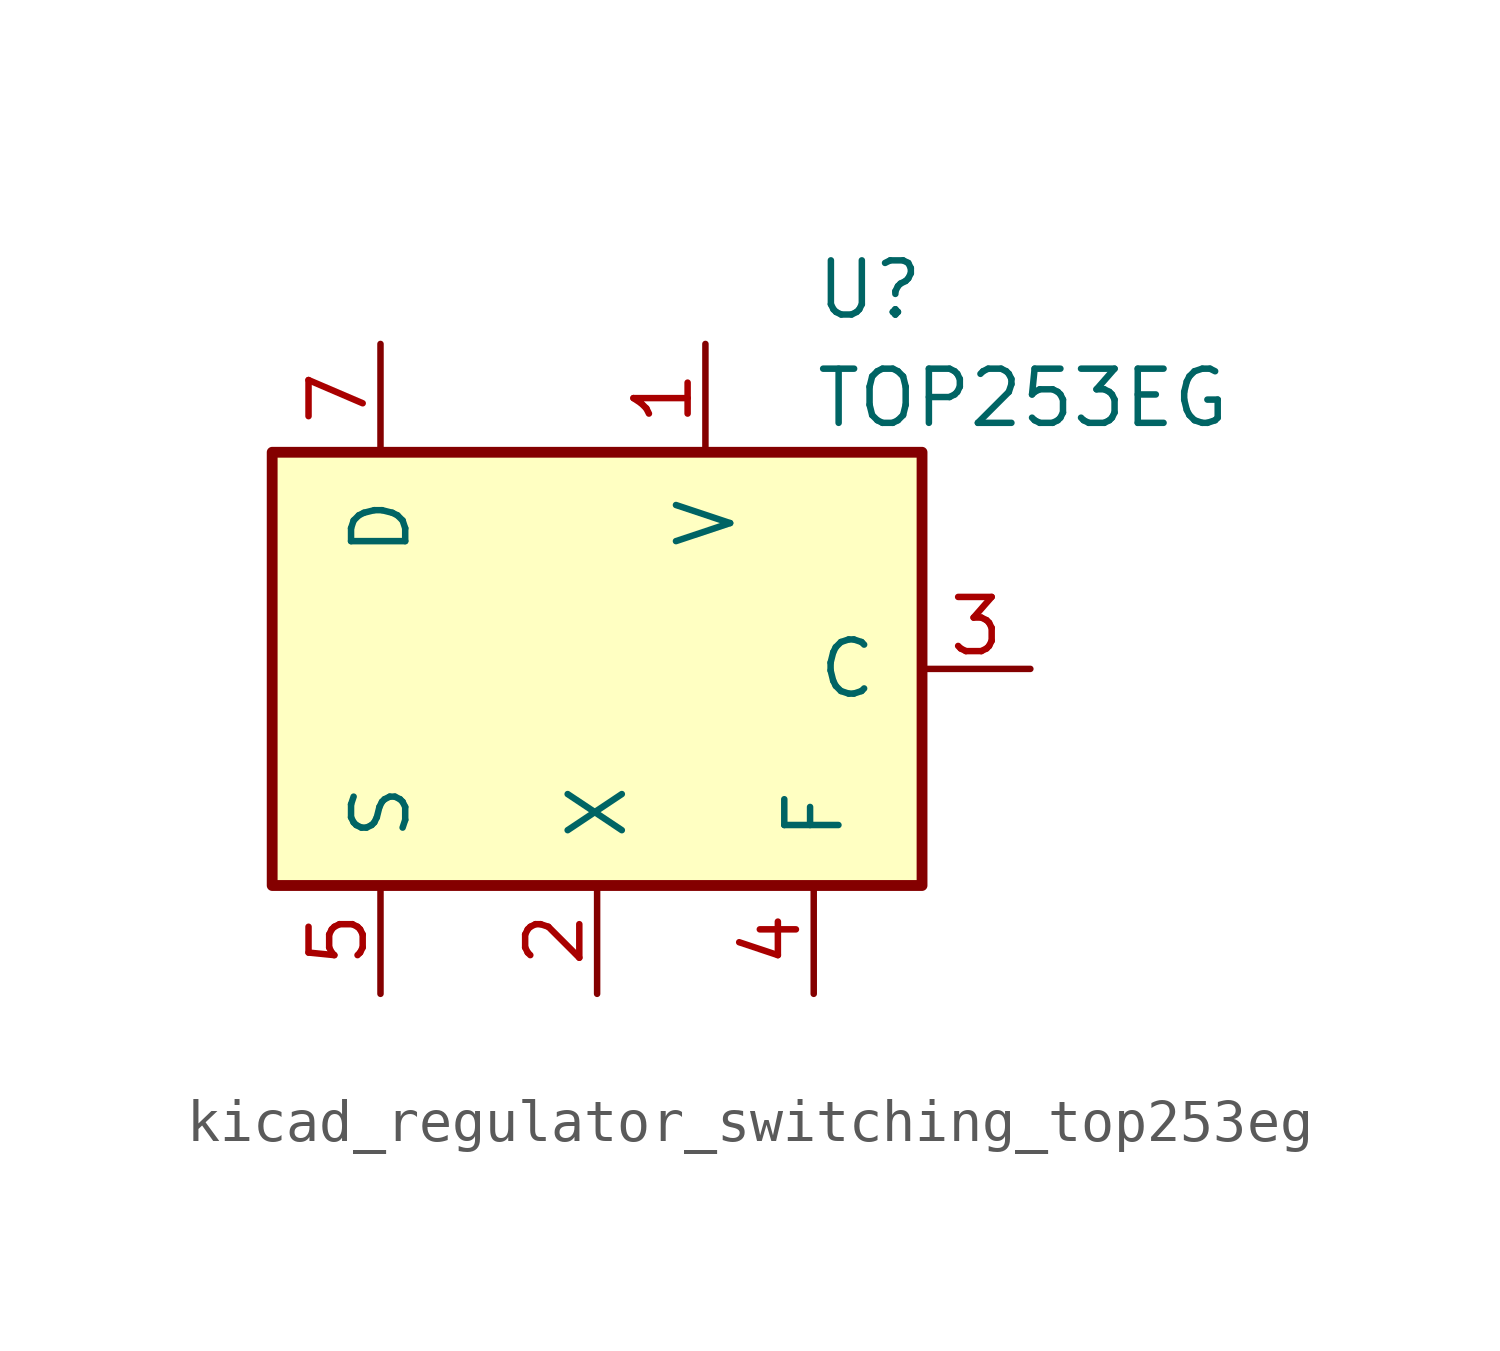
<source format=kicad_sym>
(kicad_symbol_lib
  (version 20220914)
  (generator kicad_symbol_editor)
  (symbol "kicad_regulator_switching_top253eg"
    (pin_names
      (offset 1.016))
    (property "Reference" "U"
      (at 5.08 8.89 0)
      (effects (font (size 1.27 1.27)) (justify left)))
    (property "Value" "TOP253EG"
      (at 5.08 6.35 0)
      (effects (font (size 1.27 1.27)) (justify left)))
    (symbol "kicad_regulator_switching_top253eg_0_1"
      (rectangle (start -7.62 5.08) (end 7.62 -5.08) (stroke (width 0.254) (type default)) (fill (type background))))
    (symbol "kicad_regulator_switching_top253eg_1_1"
      (pin input line (at 2.54 7.62 270) (length 2.54) (name "V" (effects (font (size 1.27 1.27)))) (number "1" (effects (font (size 1.27 1.27)))))
      (pin input line (at 0 -7.62 90) (length 2.54) (name "X" (effects (font (size 1.27 1.27)))) (number "2" (effects (font (size 1.27 1.27)))))
      (pin input line (at 10.16 0 180) (length 2.54) (name "C" (effects (font (size 1.27 1.27)))) (number "3" (effects (font (size 1.27 1.27)))))
      (pin passive line (at 5.08 -7.62 90) (length 2.54) (name "F" (effects (font (size 1.27 1.27)))) (number "4" (effects (font (size 1.27 1.27)))))
      (pin power_in line (at -5.08 -7.62 90) (length 2.54) (name "S" (effects (font (size 1.27 1.27)))) (number "5" (effects (font (size 1.27 1.27)))))
      (pin open_collector line (at -5.08 7.62 270) (length 2.54) (name "D" (effects (font (size 1.27 1.27)))) (number "7" (effects (font (size 1.27 1.27))))))))
</source>
